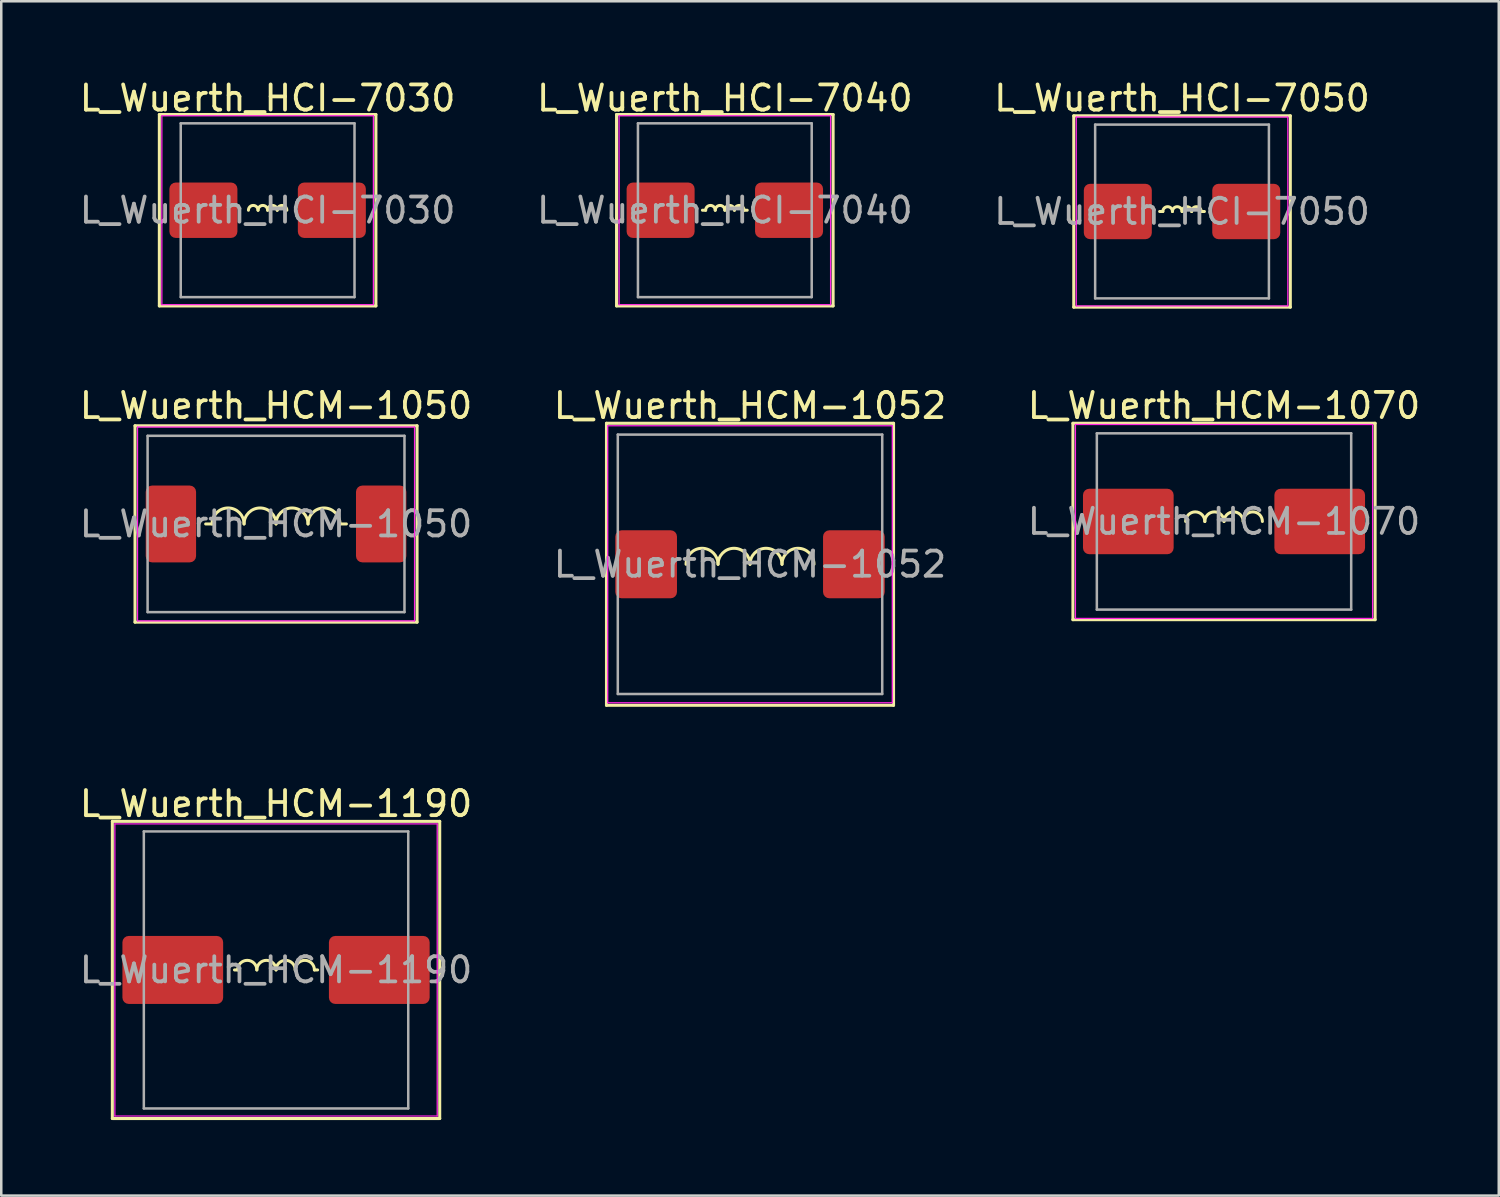
<source format=kicad_pcb>
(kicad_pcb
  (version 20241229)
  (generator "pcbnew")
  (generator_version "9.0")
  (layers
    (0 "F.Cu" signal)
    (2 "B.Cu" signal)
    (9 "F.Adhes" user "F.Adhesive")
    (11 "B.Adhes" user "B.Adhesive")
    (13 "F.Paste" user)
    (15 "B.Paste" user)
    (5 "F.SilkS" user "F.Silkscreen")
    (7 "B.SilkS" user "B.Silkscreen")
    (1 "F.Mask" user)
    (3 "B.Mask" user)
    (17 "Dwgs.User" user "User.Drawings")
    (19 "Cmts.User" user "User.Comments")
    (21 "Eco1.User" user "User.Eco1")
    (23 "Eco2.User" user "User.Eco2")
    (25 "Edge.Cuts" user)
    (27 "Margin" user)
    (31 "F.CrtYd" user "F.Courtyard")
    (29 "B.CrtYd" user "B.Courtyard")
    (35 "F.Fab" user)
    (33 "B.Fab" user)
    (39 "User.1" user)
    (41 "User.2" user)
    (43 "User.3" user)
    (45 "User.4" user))
  (footprint "L_Wuerth_HCM-1190"
    (layer "F.Cu")
    (at 7.911 35.465)
    (property "Reference" "L_Wuerth_HCM-1190" (at 0 -6.6 0) (layer "F.SilkS") (effects (font (size 1 1) (thickness 0.15))))
    (attr smd)
    (fp_line (start -6.5 -5.9) (end -6.5 5.9) (stroke (width 0.12) (type solid)) (layer "F.SilkS"))
    (fp_line (start -6.5 5.9) (end 6.5 5.9) (stroke (width 0.12) (type solid)) (layer "F.SilkS"))
    (fp_line (start -1.524 0) (end -1.651 0) (stroke (width 0.12) (type solid)) (layer "F.SilkS"))
    (fp_line (start 1.524 0) (end 1.651 0) (stroke (width 0.12) (type solid)) (layer "F.SilkS"))
    (fp_line (start 6.5 -5.9) (end -6.5 -5.9) (stroke (width 0.12) (type solid)) (layer "F.SilkS"))
    (fp_line (start 6.5 5.9) (end 6.5 -5.9) (stroke (width 0.12) (type solid)) (layer "F.SilkS"))
    (fp_arc (start -1.524 0) (mid -1.143 -0.381) (end -0.762 0) (stroke (width 0.12) (type solid)) (layer "F.SilkS"))
    (fp_arc (start -0.762 0) (mid -0.381 -0.381) (end 0 0) (stroke (width 0.12) (type solid)) (layer "F.SilkS"))
    (fp_arc (start 0 0) (mid 0.381 -0.381) (end 0.762 0) (stroke (width 0.12) (type solid)) (layer "F.SilkS"))
    (fp_arc (start 0.762 0) (mid 1.143 -0.381) (end 1.524 0) (stroke (width 0.12) (type solid)) (layer "F.SilkS"))
    (fp_line (start -6.4 -5.8) (end -6.4 5.8) (stroke (width 0.05) (type solid)) (layer "F.CrtYd"))
    (fp_line (start -6.4 5.8) (end 6.4 5.8) (stroke (width 0.05) (type solid)) (layer "F.CrtYd"))
    (fp_line (start 6.4 -5.8) (end -6.4 -5.8) (stroke (width 0.05) (type solid)) (layer "F.CrtYd"))
    (fp_line (start 6.4 5.8) (end 6.4 -5.8) (stroke (width 0.05) (type solid)) (layer "F.CrtYd"))
    (fp_line (start -5.25 -5.5) (end -5.25 5.5) (stroke (width 0.1) (type solid)) (layer "F.Fab"))
    (fp_line (start -5.25 5.5) (end 5.25 5.5) (stroke (width 0.1) (type solid)) (layer "F.Fab"))
    (fp_line (start 5.25 -5.5) (end -5.25 -5.5) (stroke (width 0.1) (type solid)) (layer "F.Fab"))
    (fp_line (start 5.25 5.5) (end 5.25 -5.5) (stroke (width 0.1) (type solid)) (layer "F.Fab"))
    (fp_text user "${REFERENCE}" (at 0 0 0) (layer "F.Fab") (effects (font (size 1 1) (thickness 0.15))))
    (pad "1" smd roundrect (at -4.1 0) (size 4 2.7) (layers "F.Cu" "F.Mask" "F.Paste") (roundrect_rratio 0.093))
    (pad "2" smd roundrect (at 4.1 0) (size 4 2.7) (layers "F.Cu" "F.Mask" "F.Paste") (roundrect_rratio 0.093)))
  (footprint "L_Wuerth_HCI-7050"
    (layer "F.Cu")
    (at 43.887 5.348)
    (property "Reference" "L_Wuerth_HCI-7050" (at 0 -4.5 0) (layer "F.SilkS") (effects (font (size 1 1) (thickness 0.15))))
    (attr smd)
    (fp_line (start -4.3 -3.8) (end -4.3 3.8) (stroke (width 0.12) (type solid)) (layer "F.SilkS"))
    (fp_line (start -4.3 3.8) (end 4.3 3.8) (stroke (width 0.12) (type solid)) (layer "F.SilkS"))
    (fp_line (start -0.762 0) (end -0.889 0) (stroke (width 0.12) (type solid)) (layer "F.SilkS"))
    (fp_line (start 0.762 0) (end 0.889 0) (stroke (width 0.12) (type solid)) (layer "F.SilkS"))
    (fp_line (start 4.3 -3.8) (end -4.3 -3.8) (stroke (width 0.12) (type solid)) (layer "F.SilkS"))
    (fp_line (start 4.3 3.8) (end 4.3 -3.8) (stroke (width 0.12) (type solid)) (layer "F.SilkS"))
    (fp_arc (start -0.762 0) (mid -0.5715 -0.1905) (end -0.381 0) (stroke (width 0.12) (type solid)) (layer "F.SilkS"))
    (fp_arc (start -0.381 0) (mid -0.1905 -0.1905) (end 0 0) (stroke (width 0.12) (type solid)) (layer "F.SilkS"))
    (fp_arc (start 0 0) (mid 0.1905 -0.1905) (end 0.381 0) (stroke (width 0.12) (type solid)) (layer "F.SilkS"))
    (fp_arc (start 0.381 0) (mid 0.5715 -0.1905) (end 0.762 0) (stroke (width 0.12) (type solid)) (layer "F.SilkS"))
    (fp_line (start -4.2 -3.75) (end -4.2 3.75) (stroke (width 0.05) (type solid)) (layer "F.CrtYd"))
    (fp_line (start -4.2 3.75) (end 4.2 3.75) (stroke (width 0.05) (type solid)) (layer "F.CrtYd"))
    (fp_line (start 4.2 -3.75) (end -4.2 -3.75) (stroke (width 0.05) (type solid)) (layer "F.CrtYd"))
    (fp_line (start 4.2 3.75) (end 4.2 -3.75) (stroke (width 0.05) (type solid)) (layer "F.CrtYd"))
    (fp_line (start -3.45 -3.45) (end -3.45 3.45) (stroke (width 0.1) (type solid)) (layer "F.Fab"))
    (fp_line (start -3.45 3.45) (end 3.45 3.45) (stroke (width 0.1) (type solid)) (layer "F.Fab"))
    (fp_line (start 3.45 -3.45) (end -3.45 -3.45) (stroke (width 0.1) (type solid)) (layer "F.Fab"))
    (fp_line (start 3.45 3.45) (end 3.45 -3.45) (stroke (width 0.1) (type solid)) (layer "F.Fab"))
    (fp_text user "${REFERENCE}" (at 0 0 0) (layer "F.Fab") (effects (font (size 1 1) (thickness 0.15))))
    (pad "1" smd roundrect (at -2.55 0) (size 2.7 2.2) (layers "F.Cu" "F.Mask" "F.Paste") (roundrect_rratio 0.114))
    (pad "2" smd roundrect (at 2.55 0) (size 2.7 2.2) (layers "F.Cu" "F.Mask" "F.Paste") (roundrect_rratio 0.114)))
  (footprint "L_Wuerth_HCI-7030"
    (layer "F.Cu")
    (at 7.577 5.298)
    (property "Reference" "L_Wuerth_HCI-7030" (at 0 -4.45 0) (layer "F.SilkS") (effects (font (size 1 1) (thickness 0.15))))
    (attr smd)
    (fp_line (start -4.3 -3.8) (end -4.3 3.8) (stroke (width 0.12) (type solid)) (layer "F.SilkS"))
    (fp_line (start -4.3 3.8) (end 4.3 3.8) (stroke (width 0.12) (type solid)) (layer "F.SilkS"))
    (fp_line (start 4.3 -3.8) (end -4.3 -3.8) (stroke (width 0.12) (type solid)) (layer "F.SilkS"))
    (fp_line (start 4.3 3.8) (end 4.3 -3.8) (stroke (width 0.12) (type solid)) (layer "F.SilkS"))
    (fp_arc (start -0.762 0) (mid -0.5715 -0.1905) (end -0.381 0) (stroke (width 0.12) (type solid)) (layer "F.SilkS"))
    (fp_arc (start -0.381 0) (mid -0.1905 -0.1905) (end 0 0) (stroke (width 0.12) (type solid)) (layer "F.SilkS"))
    (fp_arc (start 0 0) (mid 0.1905 -0.1905) (end 0.381 0) (stroke (width 0.12) (type solid)) (layer "F.SilkS"))
    (fp_arc (start 0.381 0) (mid 0.5715 -0.1905) (end 0.762 0) (stroke (width 0.12) (type solid)) (layer "F.SilkS"))
    (fp_line (start -4.2 -3.75) (end -4.2 3.75) (stroke (width 0.05) (type solid)) (layer "F.CrtYd"))
    (fp_line (start -4.2 3.75) (end 4.2 3.75) (stroke (width 0.05) (type solid)) (layer "F.CrtYd"))
    (fp_line (start 4.2 -3.75) (end -4.2 -3.75) (stroke (width 0.05) (type solid)) (layer "F.CrtYd"))
    (fp_line (start 4.2 3.75) (end 4.2 -3.75) (stroke (width 0.05) (type solid)) (layer "F.CrtYd"))
    (fp_line (start -3.45 -3.45) (end -3.45 3.45) (stroke (width 0.1) (type solid)) (layer "F.Fab"))
    (fp_line (start -3.45 3.45) (end 3.45 3.45) (stroke (width 0.1) (type solid)) (layer "F.Fab"))
    (fp_line (start 3.45 -3.45) (end -3.45 -3.45) (stroke (width 0.1) (type solid)) (layer "F.Fab"))
    (fp_line (start 3.45 3.45) (end 3.45 -3.45) (stroke (width 0.1) (type solid)) (layer "F.Fab"))
    (fp_text user "${REFERENCE}" (at 0 0 0) (layer "F.Fab") (effects (font (size 1 1) (thickness 0.15))))
    (pad "1" smd roundrect (at -2.55 0) (size 2.7 2.2) (layers "F.Cu" "F.Mask" "F.Paste") (roundrect_rratio 0.114))
    (pad "2" smd roundrect (at 2.55 0) (size 2.7 2.2) (layers "F.Cu" "F.Mask" "F.Paste") (roundrect_rratio 0.114)))
  (footprint "L_Wuerth_HCM-1050"
    (layer "F.Cu")
    (at 7.911 17.756)
    (property "Reference" "L_Wuerth_HCM-1050" (at 0 -4.7 0) (layer "F.SilkS") (effects (font (size 1 1) (thickness 0.15))))
    (attr smd)
    (fp_line (start -5.6 -3.9) (end -5.6 3.9) (stroke (width 0.12) (type solid)) (layer "F.SilkS"))
    (fp_line (start -5.6 3.9) (end 5.6 3.9) (stroke (width 0.12) (type solid)) (layer "F.SilkS"))
    (fp_line (start -2.54 0) (end -2.794 0) (stroke (width 0.12) (type solid)) (layer "F.SilkS"))
    (fp_line (start 2.54 0) (end 2.794 0) (stroke (width 0.12) (type solid)) (layer "F.SilkS"))
    (fp_line (start 5.6 -3.9) (end -5.6 -3.9) (stroke (width 0.12) (type solid)) (layer "F.SilkS"))
    (fp_line (start 5.6 3.9) (end 5.6 -3.9) (stroke (width 0.12) (type solid)) (layer "F.SilkS"))
    (fp_arc (start -2.54 0) (mid -1.905 -0.635) (end -1.27 0) (stroke (width 0.12) (type solid)) (layer "F.SilkS"))
    (fp_arc (start -1.27 0) (mid -0.635 -0.635) (end 0 0) (stroke (width 0.12) (type solid)) (layer "F.SilkS"))
    (fp_arc (start 0 0) (mid 0.635 -0.635) (end 1.27 0) (stroke (width 0.12) (type solid)) (layer "F.SilkS"))
    (fp_arc (start 1.27 0) (mid 1.905 -0.635) (end 2.54 0) (stroke (width 0.12) (type solid)) (layer "F.SilkS"))
    (fp_line (start -5.5 -3.85) (end -5.5 3.85) (stroke (width 0.05) (type solid)) (layer "F.CrtYd"))
    (fp_line (start -5.5 3.85) (end 5.5 3.85) (stroke (width 0.05) (type solid)) (layer "F.CrtYd"))
    (fp_line (start 5.5 -3.85) (end -5.5 -3.85) (stroke (width 0.05) (type solid)) (layer "F.CrtYd"))
    (fp_line (start 5.5 3.85) (end 5.5 -3.85) (stroke (width 0.05) (type solid)) (layer "F.CrtYd"))
    (fp_line (start -5.1 -3.5) (end -5.1 3.5) (stroke (width 0.1) (type solid)) (layer "F.Fab"))
    (fp_line (start -5.1 3.5) (end 5.1 3.5) (stroke (width 0.1) (type solid)) (layer "F.Fab"))
    (fp_line (start 5.1 -3.5) (end -5.1 -3.5) (stroke (width 0.1) (type solid)) (layer "F.Fab"))
    (fp_line (start 5.1 3.5) (end 5.1 -3.5) (stroke (width 0.1) (type solid)) (layer "F.Fab"))
    (fp_text user "${REFERENCE}" (at 0 0 0) (layer "F.Fab") (effects (font (size 1 1) (thickness 0.15))))
    (pad "1" smd roundrect (at -4.175 0) (size 2 3.05) (layers "F.Cu" "F.Mask" "F.Paste") (roundrect_rratio 0.125))
    (pad "2" smd roundrect (at 4.175 0) (size 2 3.05) (layers "F.Cu" "F.Mask" "F.Paste") (roundrect_rratio 0.125)))
  (footprint "L_Wuerth_HCI-7040"
    (layer "F.Cu")
    (at 25.732 5.298)
    (property "Reference" "L_Wuerth_HCI-7040" (at 0 -4.45 0) (layer "F.SilkS") (effects (font (size 1 1) (thickness 0.15))))
    (attr smd)
    (fp_line (start -4.3 -3.8) (end -4.3 3.8) (stroke (width 0.12) (type solid)) (layer "F.SilkS"))
    (fp_line (start -4.3 3.8) (end 4.3 3.8) (stroke (width 0.12) (type solid)) (layer "F.SilkS"))
    (fp_line (start -0.762 0) (end -0.889 0) (stroke (width 0.12) (type solid)) (layer "F.SilkS"))
    (fp_line (start 0.762 0) (end 0.889 0) (stroke (width 0.12) (type solid)) (layer "F.SilkS"))
    (fp_line (start 4.3 -3.8) (end -4.3 -3.8) (stroke (width 0.12) (type solid)) (layer "F.SilkS"))
    (fp_line (start 4.3 3.8) (end 4.3 -3.8) (stroke (width 0.12) (type solid)) (layer "F.SilkS"))
    (fp_arc (start -0.762 0) (mid -0.5715 -0.1905) (end -0.381 0) (stroke (width 0.12) (type solid)) (layer "F.SilkS"))
    (fp_arc (start -0.381 0) (mid -0.1905 -0.1905) (end 0 0) (stroke (width 0.12) (type solid)) (layer "F.SilkS"))
    (fp_arc (start 0 0) (mid 0.1905 -0.1905) (end 0.381 0) (stroke (width 0.12) (type solid)) (layer "F.SilkS"))
    (fp_arc (start 0.381 0) (mid 0.5715 -0.1905) (end 0.762 0) (stroke (width 0.12) (type solid)) (layer "F.SilkS"))
    (fp_line (start -4.2 -3.75) (end -4.2 3.75) (stroke (width 0.05) (type solid)) (layer "F.CrtYd"))
    (fp_line (start -4.2 3.75) (end 4.2 3.75) (stroke (width 0.05) (type solid)) (layer "F.CrtYd"))
    (fp_line (start 4.2 -3.75) (end -4.2 -3.75) (stroke (width 0.05) (type solid)) (layer "F.CrtYd"))
    (fp_line (start 4.2 3.75) (end 4.2 -3.75) (stroke (width 0.05) (type solid)) (layer "F.CrtYd"))
    (fp_line (start -3.45 -3.45) (end -3.45 3.45) (stroke (width 0.1) (type solid)) (layer "F.Fab"))
    (fp_line (start -3.45 3.45) (end 3.45 3.45) (stroke (width 0.1) (type solid)) (layer "F.Fab"))
    (fp_line (start 3.45 -3.45) (end -3.45 -3.45) (stroke (width 0.1) (type solid)) (layer "F.Fab"))
    (fp_line (start 3.45 3.45) (end 3.45 -3.45) (stroke (width 0.1) (type solid)) (layer "F.Fab"))
    (fp_text user "${REFERENCE}" (at 0 0 0) (layer "F.Fab") (effects (font (size 1 1) (thickness 0.15))))
    (pad "1" smd roundrect (at -2.55 0) (size 2.7 2.2) (layers "F.Cu" "F.Mask" "F.Paste") (roundrect_rratio 0.114))
    (pad "2" smd roundrect (at 2.55 0) (size 2.7 2.2) (layers "F.Cu" "F.Mask" "F.Paste") (roundrect_rratio 0.114)))
  (footprint "L_Wuerth_HCM-1052"
    (layer "F.Cu")
    (at 26.732 19.357)
    (property "Reference" "L_Wuerth_HCM-1052" (at 0 -6.3 0) (layer "F.SilkS") (effects (font (size 1 1) (thickness 0.15))))
    (attr smd)
    (fp_line (start -5.7 -5.6) (end -5.7 5.6) (stroke (width 0.12) (type solid)) (layer "F.SilkS"))
    (fp_line (start -5.7 5.6) (end 5.7 5.6) (stroke (width 0.12) (type solid)) (layer "F.SilkS"))
    (fp_line (start 5.7 -5.6) (end -5.7 -5.6) (stroke (width 0.12) (type solid)) (layer "F.SilkS"))
    (fp_line (start 5.7 5.6) (end 5.7 -5.6) (stroke (width 0.12) (type solid)) (layer "F.SilkS"))
    (fp_arc (start -2.54 0) (mid -1.905 -0.635) (end -1.27 0) (stroke (width 0.12) (type solid)) (layer "F.SilkS"))
    (fp_arc (start -1.27 0) (mid -0.635 -0.635) (end 0 0) (stroke (width 0.12) (type solid)) (layer "F.SilkS"))
    (fp_arc (start 0 0) (mid 0.635 -0.635) (end 1.27 0) (stroke (width 0.12) (type solid)) (layer "F.SilkS"))
    (fp_arc (start 1.27 0) (mid 1.905 -0.635) (end 2.54 0) (stroke (width 0.12) (type solid)) (layer "F.SilkS"))
    (fp_line (start -5.65 -5.5) (end -5.65 5.5) (stroke (width 0.05) (type solid)) (layer "F.CrtYd"))
    (fp_line (start -5.65 5.5) (end 5.65 5.5) (stroke (width 0.05) (type solid)) (layer "F.CrtYd"))
    (fp_line (start 5.65 -5.5) (end -5.65 -5.5) (stroke (width 0.05) (type solid)) (layer "F.CrtYd"))
    (fp_line (start 5.65 5.5) (end 5.65 -5.5) (stroke (width 0.05) (type solid)) (layer "F.CrtYd"))
    (fp_line (start -5.25 -5.15) (end -5.25 5.15) (stroke (width 0.1) (type solid)) (layer "F.Fab"))
    (fp_line (start -5.25 5.15) (end 5.25 5.15) (stroke (width 0.1) (type solid)) (layer "F.Fab"))
    (fp_line (start 5.25 -5.15) (end -5.25 -5.15) (stroke (width 0.1) (type solid)) (layer "F.Fab"))
    (fp_line (start 5.25 5.15) (end 5.25 -5.15) (stroke (width 0.1) (type solid)) (layer "F.Fab"))
    (fp_text user "${REFERENCE}" (at 0 0 0) (layer "F.Fab") (effects (font (size 1 1) (thickness 0.15))))
    (pad "1" smd roundrect (at -4.125 0) (size 2.45 2.7) (layers "F.Cu" "F.Mask" "F.Paste") (roundrect_rratio 0.102))
    (pad "2" smd roundrect (at 4.125 0) (size 2.45 2.7) (layers "F.Cu" "F.Mask" "F.Paste") (roundrect_rratio 0.102)))
  (footprint "L_Wuerth_HCM-1070"
    (layer "F.Cu")
    (at 45.554 17.657)
    (property "Reference" "L_Wuerth_HCM-1070" (at 0 -4.6 0) (layer "F.SilkS") (effects (font (size 1 1) (thickness 0.15))))
    (attr smd)
    (fp_line (start -6 -3.9) (end -6 3.9) (stroke (width 0.12) (type solid)) (layer "F.SilkS"))
    (fp_line (start -6 3.9) (end 6 3.9) (stroke (width 0.12) (type solid)) (layer "F.SilkS"))
    (fp_line (start 6 -3.9) (end -6 -3.9) (stroke (width 0.12) (type solid)) (layer "F.SilkS"))
    (fp_line (start 6 3.9) (end 6 -3.9) (stroke (width 0.12) (type solid)) (layer "F.SilkS"))
    (fp_arc (start -1.524 0) (mid -1.143 -0.381) (end -0.762 0) (stroke (width 0.12) (type solid)) (layer "F.SilkS"))
    (fp_arc (start -0.762 0) (mid -0.381 -0.381) (end 0 0) (stroke (width 0.12) (type solid)) (layer "F.SilkS"))
    (fp_arc (start 0 0) (mid 0.381 -0.381) (end 0.762 0) (stroke (width 0.12) (type solid)) (layer "F.SilkS"))
    (fp_arc (start 0.762 0) (mid 1.143 -0.381) (end 1.524 0) (stroke (width 0.12) (type solid)) (layer "F.SilkS"))
    (fp_line (start -5.9 -3.85) (end -5.9 3.85) (stroke (width 0.05) (type solid)) (layer "F.CrtYd"))
    (fp_line (start -5.9 3.85) (end 5.9 3.85) (stroke (width 0.05) (type solid)) (layer "F.CrtYd"))
    (fp_line (start 5.9 -3.85) (end -5.9 -3.85) (stroke (width 0.05) (type solid)) (layer "F.CrtYd"))
    (fp_line (start 5.9 3.85) (end 5.9 -3.85) (stroke (width 0.05) (type solid)) (layer "F.CrtYd"))
    (fp_line (start -5.05 -3.5) (end -5.05 3.5) (stroke (width 0.1) (type solid)) (layer "F.Fab"))
    (fp_line (start -5.05 3.5) (end 5.05 3.5) (stroke (width 0.1) (type solid)) (layer "F.Fab"))
    (fp_line (start 5.05 -3.5) (end -5.05 -3.5) (stroke (width 0.1) (type solid)) (layer "F.Fab"))
    (fp_line (start 5.05 3.5) (end 5.05 -3.5) (stroke (width 0.1) (type solid)) (layer "F.Fab"))
    (fp_text user "${REFERENCE}" (at 0 0 0) (layer "F.Fab") (effects (font (size 1 1) (thickness 0.15))))
    (pad "1" smd roundrect (at -3.8 0) (size 3.6 2.6) (layers "F.Cu" "F.Mask" "F.Paste") (roundrect_rratio 0.096))
    (pad "2" smd roundrect (at 3.8 0) (size 3.6 2.6) (layers "F.Cu" "F.Mask" "F.Paste") (roundrect_rratio 0.096)))
  (gr_rect
    (start -3 -3)
    (end 56.464 44.425)
    (stroke (width 0.1) (type default))
    (fill no)
    (layer "Edge.Cuts")))
</source>
